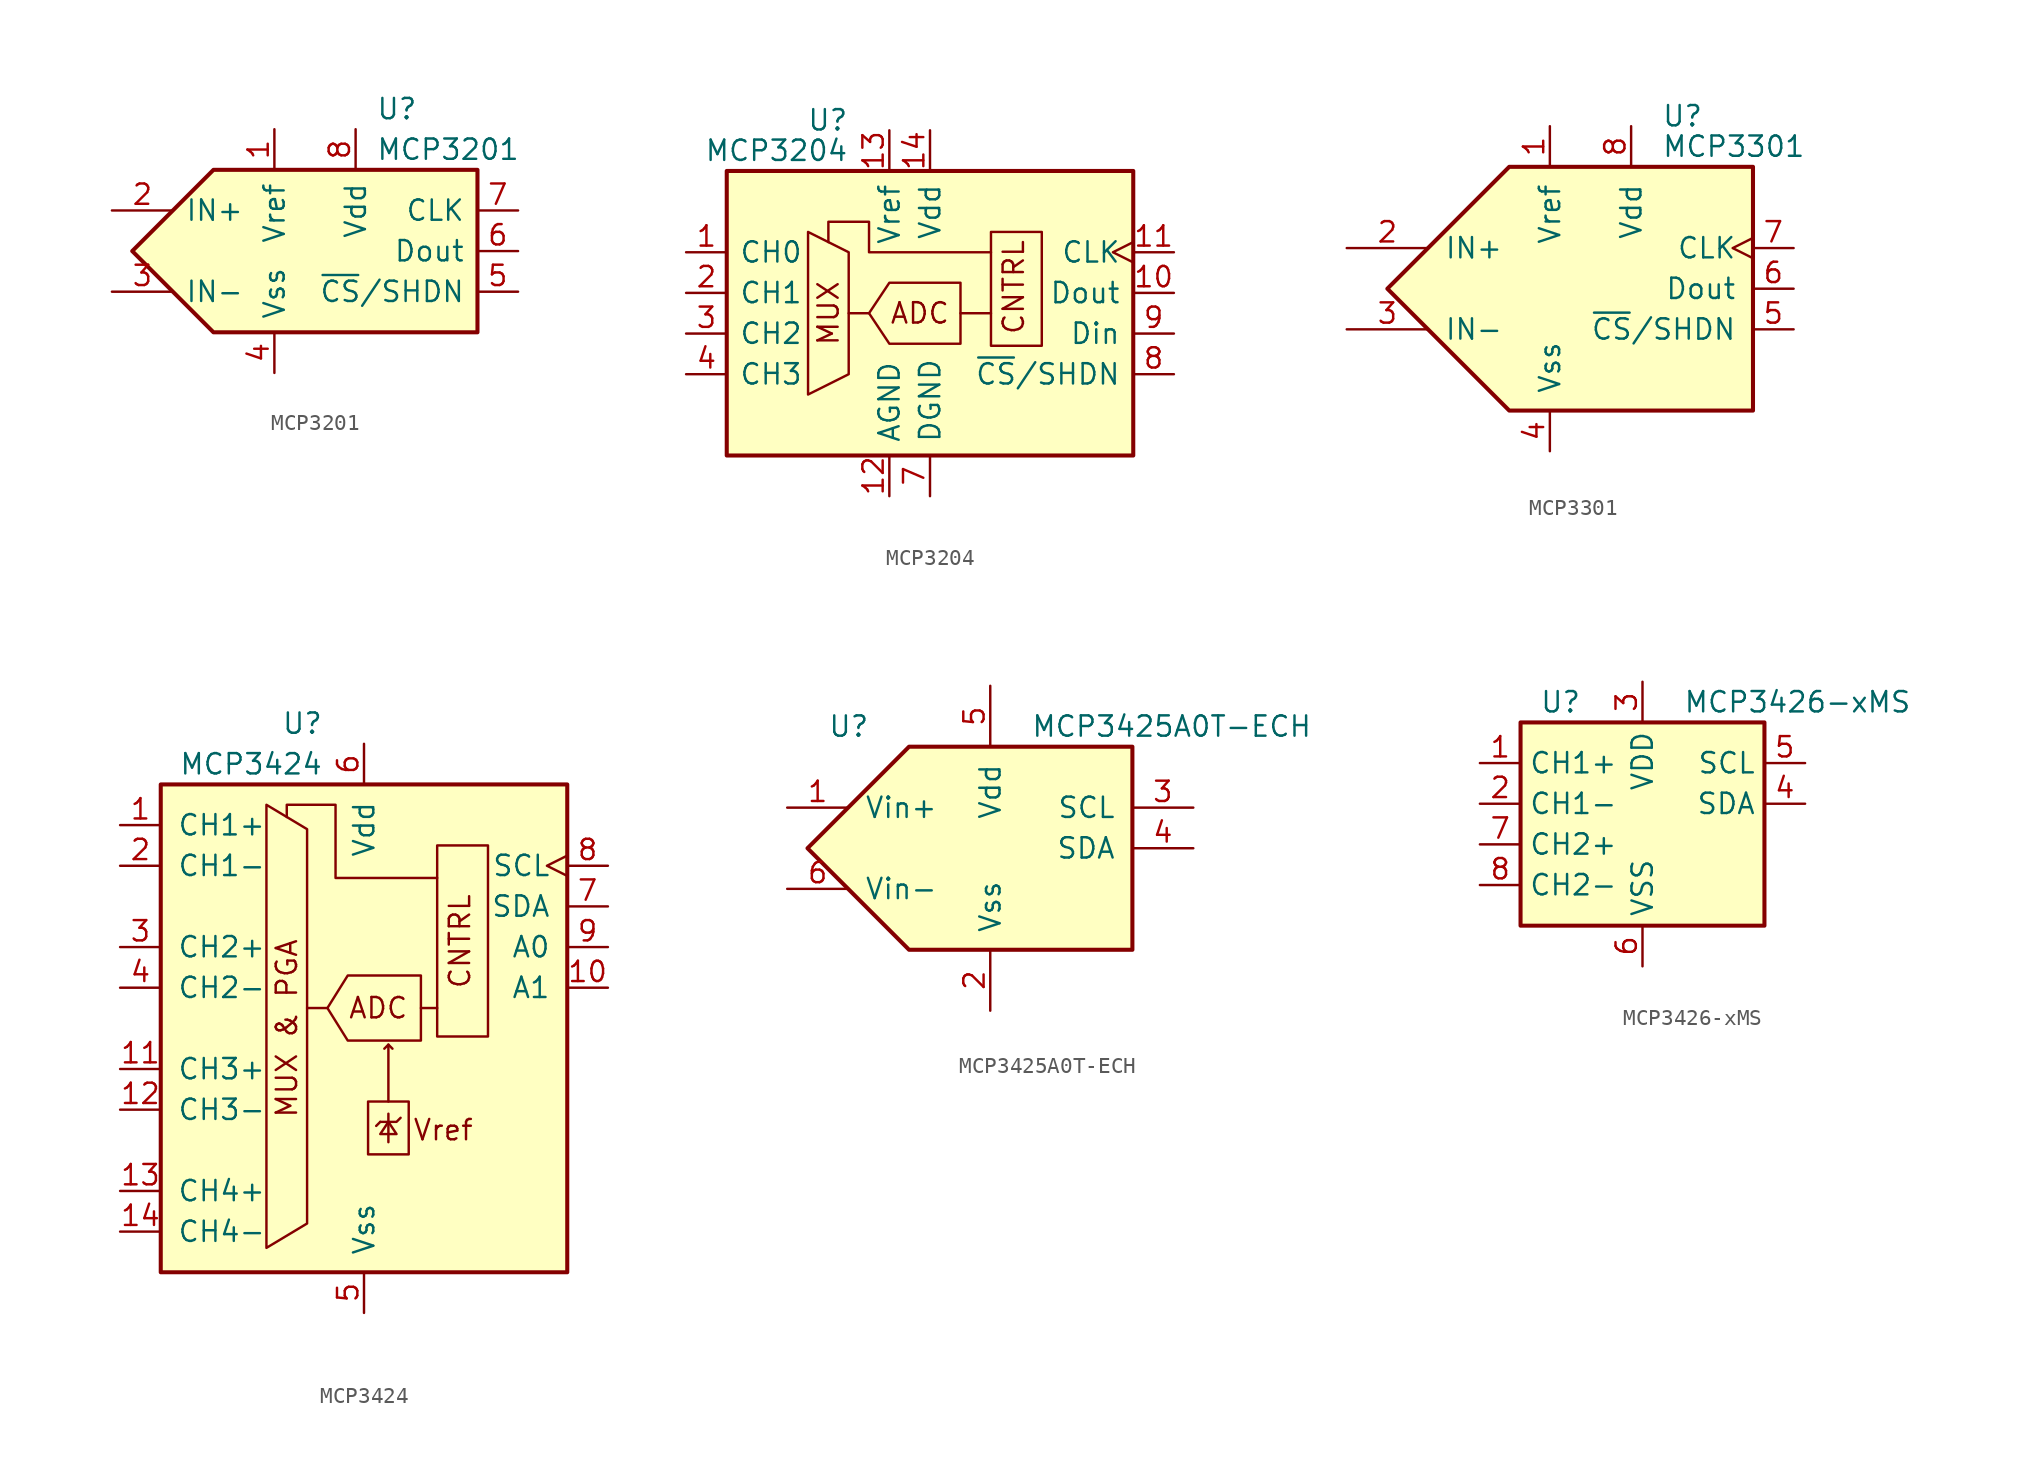
<source format=kicad_sym>
(kicad_symbol_lib
  (version 20211014)
  (generator kicad_symbol_editor)
  (symbol "MCP3201"
    (pin_names
      (offset 0.762))
    (property "Reference" "U"
      (at 3.81 8.89 0)
      (effects (font (size 1.27 1.27)) (justify left)))
    (property "Value" "MCP3201"
      (at 3.81 6.35 0)
      (effects (font (size 1.27 1.27)) (justify left)))
    (symbol "MCP3201_0_0"
      (polyline (pts (xy -11.43 0) (xy -6.35 5.08) (xy 10.16 5.08) (xy 10.16 -5.08) (xy -6.35 -5.08) (xy -11.43 0)) (stroke (width 0.254) (type default) (color 0 0 0 0)) (fill (type background))))
    (symbol "MCP3201_1_1"
      (pin power_in line (at -2.54 7.62 270) (length 2.54) (name "Vref" (effects (font (size 1.27 1.27)))) (number "1" (effects (font (size 1.27 1.27)))))
      (pin input line (at -12.7 2.54 0) (length 3.81) (name "IN+" (effects (font (size 1.27 1.27)))) (number "2" (effects (font (size 1.27 1.27)))))
      (pin input line (at -12.7 -2.54 0) (length 3.81) (name "IN-" (effects (font (size 1.27 1.27)))) (number "3" (effects (font (size 1.27 1.27)))))
      (pin power_in line (at -2.54 -7.62 90) (length 2.54) (name "Vss" (effects (font (size 1.27 1.27)))) (number "4" (effects (font (size 1.27 1.27)))))
      (pin input line (at 12.7 -2.54 180) (length 2.54) (name "~{CS}/SHDN" (effects (font (size 1.27 1.27)))) (number "5" (effects (font (size 1.27 1.27)))))
      (pin output line (at 12.7 0 180) (length 2.54) (name "Dout" (effects (font (size 1.27 1.27)))) (number "6" (effects (font (size 1.27 1.27)))))
      (pin input line (at 12.7 2.54 180) (length 2.54) (name "CLK" (effects (font (size 1.27 1.27)))) (number "7" (effects (font (size 1.27 1.27)))))
      (pin power_in line (at 2.54 7.62 270) (length 2.54) (name "Vdd" (effects (font (size 1.27 1.27)))) (number "8" (effects (font (size 1.27 1.27)))))))
  (symbol "MCP3204"
    (pin_names
      (offset 0.762))
    (property "Reference" "U"
      (at -5.08 10.795 0)
      (effects (font (size 1.27 1.27)) (justify right)))
    (property "Value" "MCP3204"
      (at -5.08 8.89 0)
      (effects (font (size 1.27 1.27)) (justify right)))
    (symbol "MCP3204_0_0"
      (text "ADC" (at -0.635 -1.27 0) (effects (font (size 1.27 1.27))))
      (text "CNTRL" (at 5.969 -2.667 900) (effects (font (size 1.27 1.27)) (justify left bottom)))
      (text "MUX" (at -6.35 -1.27 900) (effects (font (size 1.27 1.27)))))
    (symbol "MCP3204_0_1"
      (polyline (pts (xy -5.08 -1.27) (xy -3.81 -1.27)) (stroke (width 0) (type default) (color 0 0 0 0)) (fill (type none)))
      (polyline (pts (xy 1.905 -1.27) (xy 3.81 -1.27)) (stroke (width 0) (type default) (color 0 0 0 0)) (fill (type none)))
      (polyline (pts (xy -7.62 3.81) (xy -7.62 -6.35) (xy -5.08 -5.08) (xy -5.08 2.54) (xy -7.62 3.81)) (stroke (width 0) (type default) (color 0 0 0 0)) (fill (type none)))
      (polyline (pts (xy 3.81 2.54) (xy -3.81 2.54) (xy -3.81 4.445) (xy -6.35 4.445) (xy -6.35 3.175)) (stroke (width 0) (type default) (color 0 0 0 0)) (fill (type none)))
      (polyline (pts (xy -3.81 -1.27) (xy -2.54 0.635) (xy 1.905 0.635) (xy 1.905 -3.175) (xy -2.54 -3.175) (xy -3.81 -1.27)) (stroke (width 0) (type default) (color 0 0 0 0)) (fill (type none)))
      (rectangle (start 3.81 -3.302) (end 6.985 3.81) (stroke (width 0) (type default) (color 0 0 0 0)) (fill (type none)))
      (rectangle (start 12.7 7.62) (end -12.7 -10.16) (stroke (width 0.254) (type default) (color 0 0 0 0)) (fill (type background))))
    (symbol "MCP3204_1_1"
      (pin input line (at -15.24 2.54 0) (length 2.54) (name "CH0" (effects (font (size 1.27 1.27)))) (number "1" (effects (font (size 1.27 1.27)))))
      (pin output line (at 15.24 0 180) (length 2.54) (name "Dout" (effects (font (size 1.27 1.27)))) (number "10" (effects (font (size 1.27 1.27)))))
      (pin input clock (at 15.24 2.54 180) (length 2.54) (name "CLK" (effects (font (size 1.27 1.27)))) (number "11" (effects (font (size 1.27 1.27)))))
      (pin power_in line (at -2.54 -12.7 90) (length 2.54) (name "AGND" (effects (font (size 1.27 1.27)))) (number "12" (effects (font (size 1.27 1.27)))))
      (pin power_in line (at -2.54 10.16 270) (length 2.54) (name "Vref" (effects (font (size 1.27 1.27)))) (number "13" (effects (font (size 1.27 1.27)))))
      (pin power_in line (at 0 10.16 270) (length 2.54) (name "Vdd" (effects (font (size 1.27 1.27)))) (number "14" (effects (font (size 1.27 1.27)))))
      (pin input line (at -15.24 0 0) (length 2.54) (name "CH1" (effects (font (size 1.27 1.27)))) (number "2" (effects (font (size 1.27 1.27)))))
      (pin input line (at -15.24 -2.54 0) (length 2.54) (name "CH2" (effects (font (size 1.27 1.27)))) (number "3" (effects (font (size 1.27 1.27)))))
      (pin input line (at -15.24 -5.08 0) (length 2.54) (name "CH3" (effects (font (size 1.27 1.27)))) (number "4" (effects (font (size 1.27 1.27)))))
      (pin no_connect line (at -10.16 -12.7 90) (length 2.54) hide (name "NC" (effects (font (size 1.27 1.27)))) (number "5" (effects (font (size 1.27 1.27)))))
      (pin no_connect line (at -7.62 -12.7 90) (length 2.54) hide (name "NC" (effects (font (size 1.27 1.27)))) (number "6" (effects (font (size 1.27 1.27)))))
      (pin power_in line (at 0 -12.7 90) (length 2.54) (name "DGND" (effects (font (size 1.27 1.27)))) (number "7" (effects (font (size 1.27 1.27)))))
      (pin input line (at 15.24 -5.08 180) (length 2.54) (name "~{CS}/SHDN" (effects (font (size 1.27 1.27)))) (number "8" (effects (font (size 1.27 1.27)))))
      (pin input line (at 15.24 -2.54 180) (length 2.54) (name "Din" (effects (font (size 1.27 1.27)))) (number "9" (effects (font (size 1.27 1.27)))))))
  (symbol "MCP3301"
    (pin_names
      (offset 1.016))
    (property "Reference" "U"
      (at 4.445 10.795 0)
      (effects (font (size 1.27 1.27)) (justify left)))
    (property "Value" "MCP3301"
      (at 4.445 8.89 0)
      (effects (font (size 1.27 1.27)) (justify left)))
    (symbol "MCP3301_0_0"
      (polyline (pts (xy -12.7 0) (xy -5.08 7.62) (xy 10.16 7.62) (xy 10.16 -7.62) (xy -5.08 -7.62) (xy -12.7 0)) (stroke (width 0.254) (type default) (color 0 0 0 0)) (fill (type background))))
    (symbol "MCP3301_1_1"
      (pin power_in line (at -2.54 10.16 270) (length 2.54) (name "Vref" (effects (font (size 1.27 1.27)))) (number "1" (effects (font (size 1.27 1.27)))))
      (pin input line (at -15.24 2.54 0) (length 5.08) (name "IN+" (effects (font (size 1.27 1.27)))) (number "2" (effects (font (size 1.27 1.27)))))
      (pin input line (at -15.24 -2.54 0) (length 5.08) (name "IN-" (effects (font (size 1.27 1.27)))) (number "3" (effects (font (size 1.27 1.27)))))
      (pin power_in line (at -2.54 -10.16 90) (length 2.54) (name "Vss" (effects (font (size 1.27 1.27)))) (number "4" (effects (font (size 1.27 1.27)))))
      (pin input line (at 12.7 -2.54 180) (length 2.54) (name "~{CS}/SHDN" (effects (font (size 1.27 1.27)))) (number "5" (effects (font (size 1.27 1.27)))))
      (pin output line (at 12.7 0 180) (length 2.54) (name "Dout" (effects (font (size 1.27 1.27)))) (number "6" (effects (font (size 1.27 1.27)))))
      (pin input clock (at 12.7 2.54 180) (length 2.54) (name "CLK" (effects (font (size 1.27 1.27)))) (number "7" (effects (font (size 1.27 1.27)))))
      (pin power_in line (at 2.54 10.16 270) (length 2.54) (name "Vdd" (effects (font (size 1.27 1.27)))) (number "8" (effects (font (size 1.27 1.27)))))))
  (symbol "MCP3424"
    (pin_names
      (offset 1.016))
    (property "Reference" "U"
      (at -2.54 11.43 0)
      (effects (font (size 1.27 1.27)) (justify right)))
    (property "Value" "MCP3424"
      (at -2.54 8.89 0)
      (effects (font (size 1.27 1.27)) (justify right)))
    (symbol "MCP3424_0_0"
      (polyline (pts (xy -6.096 6.35) (xy -3.556 4.826) (xy -3.556 -19.812) (xy -6.096 -21.336) (xy -6.096 6.35)) (stroke (width 0) (type default) (color 0 0 0 0)) (fill (type none)))
      (polyline (pts (xy 4.572 1.778) (xy -1.778 1.778) (xy -1.778 6.35) (xy -4.826 6.35) (xy -4.826 5.588)) (stroke (width 0) (type default) (color 0 0 0 0)) (fill (type none)))
      (polyline (pts (xy 3.556 -4.318) (xy 3.556 -8.382) (xy -1.016 -8.382) (xy -2.286 -6.35) (xy -1.016 -4.318) (xy 3.556 -4.318)) (stroke (width 0) (type default) (color 0 0 0 0)) (fill (type none)))
      (text "ADC" (at 0.889 -6.35 0) (effects (font (size 1.27 1.27))))
      (text "CNTRL" (at 6.731 -5.207 900) (effects (font (size 1.27 1.27)) (justify left bottom)))
      (text "MUX & PGA" (at -4.826 -7.62 900) (effects (font (size 1.27 1.27))))
      (text "Vref" (at 4.953 -13.97 0) (effects (font (size 1.27 1.27)))))
    (symbol "MCP3424_0_1"
      (polyline (pts (xy -3.556 -6.35) (xy -2.286 -6.35)) (stroke (width 0) (type default) (color 0 0 0 0)) (fill (type none)))
      (polyline (pts (xy 1.016 -13.462) (xy 0.762 -13.716)) (stroke (width 0) (type default) (color 0 0 0 0)) (fill (type none)))
      (polyline (pts (xy 1.524 -12.954) (xy 1.524 -14.732)) (stroke (width 0) (type default) (color 0 0 0 0)) (fill (type none)))
      (polyline (pts (xy 1.524 -8.636) (xy 1.778 -8.89)) (stroke (width 0) (type default) (color 0 0 0 0)) (fill (type none)))
      (polyline (pts (xy 3.556 -6.35) (xy 4.572 -6.35)) (stroke (width 0) (type default) (color 0 0 0 0)) (fill (type none)))
      (polyline (pts (xy 1.016 -13.462) (xy 2.032 -13.462) (xy 2.286 -13.208)) (stroke (width 0) (type default) (color 0 0 0 0)) (fill (type none)))
      (polyline (pts (xy 1.524 -12.192) (xy 1.524 -8.636) (xy 1.27 -8.89)) (stroke (width 0) (type default) (color 0 0 0 0)) (fill (type none)))
      (polyline (pts (xy 1.524 -13.462) (xy 1.016 -14.224) (xy 2.032 -14.224) (xy 1.524 -13.462)) (stroke (width 0) (type default) (color 0 0 0 0)) (fill (type none)))
      (rectangle (start 0.254 -12.192) (end 2.794 -15.494) (stroke (width 0) (type default) (color 0 0 0 0)) (fill (type none)))
      (rectangle (start 4.572 -8.128) (end 7.747 3.81) (stroke (width 0) (type default) (color 0 0 0 0)) (fill (type none)))
      (rectangle (start 12.7 7.62) (end -12.7 -22.86) (stroke (width 0.254) (type default) (color 0 0 0 0)) (fill (type background))))
    (symbol "MCP3424_1_1"
      (pin input line (at -15.24 5.08 0) (length 2.54) (name "CH1+" (effects (font (size 1.27 1.27)))) (number "1" (effects (font (size 1.27 1.27)))))
      (pin input line (at 15.24 -5.08 180) (length 2.54) (name "A1" (effects (font (size 1.27 1.27)))) (number "10" (effects (font (size 1.27 1.27)))))
      (pin input line (at -15.24 -10.16 0) (length 2.54) (name "CH3+" (effects (font (size 1.27 1.27)))) (number "11" (effects (font (size 1.27 1.27)))))
      (pin input line (at -15.24 -12.7 0) (length 2.54) (name "CH3-" (effects (font (size 1.27 1.27)))) (number "12" (effects (font (size 1.27 1.27)))))
      (pin input line (at -15.24 -17.78 0) (length 2.54) (name "CH4+" (effects (font (size 1.27 1.27)))) (number "13" (effects (font (size 1.27 1.27)))))
      (pin input line (at -15.24 -20.32 0) (length 2.54) (name "CH4-" (effects (font (size 1.27 1.27)))) (number "14" (effects (font (size 1.27 1.27)))))
      (pin input line (at -15.24 2.54 0) (length 2.54) (name "CH1-" (effects (font (size 1.27 1.27)))) (number "2" (effects (font (size 1.27 1.27)))))
      (pin input line (at -15.24 -2.54 0) (length 2.54) (name "CH2+" (effects (font (size 1.27 1.27)))) (number "3" (effects (font (size 1.27 1.27)))))
      (pin input line (at -15.24 -5.08 0) (length 2.54) (name "CH2-" (effects (font (size 1.27 1.27)))) (number "4" (effects (font (size 1.27 1.27)))))
      (pin power_in line (at 0 -25.4 90) (length 2.54) (name "Vss" (effects (font (size 1.27 1.27)))) (number "5" (effects (font (size 1.27 1.27)))))
      (pin power_in line (at 0 10.16 270) (length 2.54) (name "Vdd" (effects (font (size 1.27 1.27)))) (number "6" (effects (font (size 1.27 1.27)))))
      (pin bidirectional line (at 15.24 0 180) (length 2.54) (name "SDA" (effects (font (size 1.27 1.27)))) (number "7" (effects (font (size 1.27 1.27)))))
      (pin input clock (at 15.24 2.54 180) (length 2.54) (name "SCL" (effects (font (size 1.27 1.27)))) (number "8" (effects (font (size 1.27 1.27)))))
      (pin input line (at 15.24 -2.54 180) (length 2.54) (name "A0" (effects (font (size 1.27 1.27)))) (number "9" (effects (font (size 1.27 1.27)))))))
  (symbol "MCP3425A0T-ECH"
    (pin_names
      (offset 1.016))
    (property "Reference" "U"
      (at -10.16 7.62 0)
      (effects (font (size 1.27 1.27)) (justify left)))
    (property "Value" "MCP3425A0T-ECH"
      (at 2.54 7.62 0)
      (effects (font (size 1.27 1.27)) (justify left)))
    (symbol "MCP3425A0T-ECH_0_1"
      (polyline (pts (xy -5.08 6.35) (xy 8.89 6.35) (xy 8.89 0) (xy 8.89 -6.35) (xy -5.08 -6.35) (xy -11.43 0) (xy -5.08 6.35)) (stroke (width 0.254) (type default) (color 0 0 0 0)) (fill (type background))))
    (symbol "MCP3425A0T-ECH_1_1"
      (pin passive line (at -12.7 2.54 0) (length 3.81) (name "Vin+" (effects (font (size 1.27 1.27)))) (number "1" (effects (font (size 1.27 1.27)))))
      (pin power_in line (at 0 -10.16 90) (length 3.81) (name "Vss" (effects (font (size 1.27 1.27)))) (number "2" (effects (font (size 1.27 1.27)))))
      (pin input line (at 12.7 2.54 180) (length 3.81) (name "SCL" (effects (font (size 1.27 1.27)))) (number "3" (effects (font (size 1.27 1.27)))))
      (pin bidirectional line (at 12.7 0 180) (length 3.81) (name "SDA" (effects (font (size 1.27 1.27)))) (number "4" (effects (font (size 1.27 1.27)))))
      (pin power_in line (at 0 10.16 270) (length 3.81) (name "Vdd" (effects (font (size 1.27 1.27)))) (number "5" (effects (font (size 1.27 1.27)))))
      (pin passive line (at -12.7 -2.54 0) (length 3.81) (name "Vin-" (effects (font (size 1.27 1.27)))) (number "6" (effects (font (size 1.27 1.27)))))))
  (symbol "MCP3426-xMS"
    (property "Reference" "U"
      (at -3.81 8.89 0)
      (effects (font (size 1.27 1.27)) (justify right)))
    (property "Value" "MCP3426-xMS"
      (at 2.54 8.89 0)
      (effects (font (size 1.27 1.27)) (justify left)))
    (symbol "MCP3426-xMS_0_1"
      (rectangle (start -7.62 7.62) (end 7.62 -5.08) (stroke (width 0.254) (type default) (color 0 0 0 0)) (fill (type background))))
    (symbol "MCP3426-xMS_1_1"
      (pin input line (at -10.16 5.08 0) (length 2.54) (name "CH1+" (effects (font (size 1.27 1.27)))) (number "1" (effects (font (size 1.27 1.27)))))
      (pin input line (at -10.16 2.54 0) (length 2.54) (name "CH1-" (effects (font (size 1.27 1.27)))) (number "2" (effects (font (size 1.27 1.27)))))
      (pin power_in line (at 0 10.16 270) (length 2.54) (name "VDD" (effects (font (size 1.27 1.27)))) (number "3" (effects (font (size 1.27 1.27)))))
      (pin bidirectional line (at 10.16 2.54 180) (length 2.54) (name "SDA" (effects (font (size 1.27 1.27)))) (number "4" (effects (font (size 1.27 1.27)))))
      (pin input line (at 10.16 5.08 180) (length 2.54) (name "SCL" (effects (font (size 1.27 1.27)))) (number "5" (effects (font (size 1.27 1.27)))))
      (pin power_in line (at 0 -7.62 90) (length 2.54) (name "VSS" (effects (font (size 1.27 1.27)))) (number "6" (effects (font (size 1.27 1.27)))))
      (pin input line (at -10.16 0 0) (length 2.54) (name "CH2+" (effects (font (size 1.27 1.27)))) (number "7" (effects (font (size 1.27 1.27)))))
      (pin input line (at -10.16 -2.54 0) (length 2.54) (name "CH2-" (effects (font (size 1.27 1.27)))) (number "8" (effects (font (size 1.27 1.27))))))))
</source>
